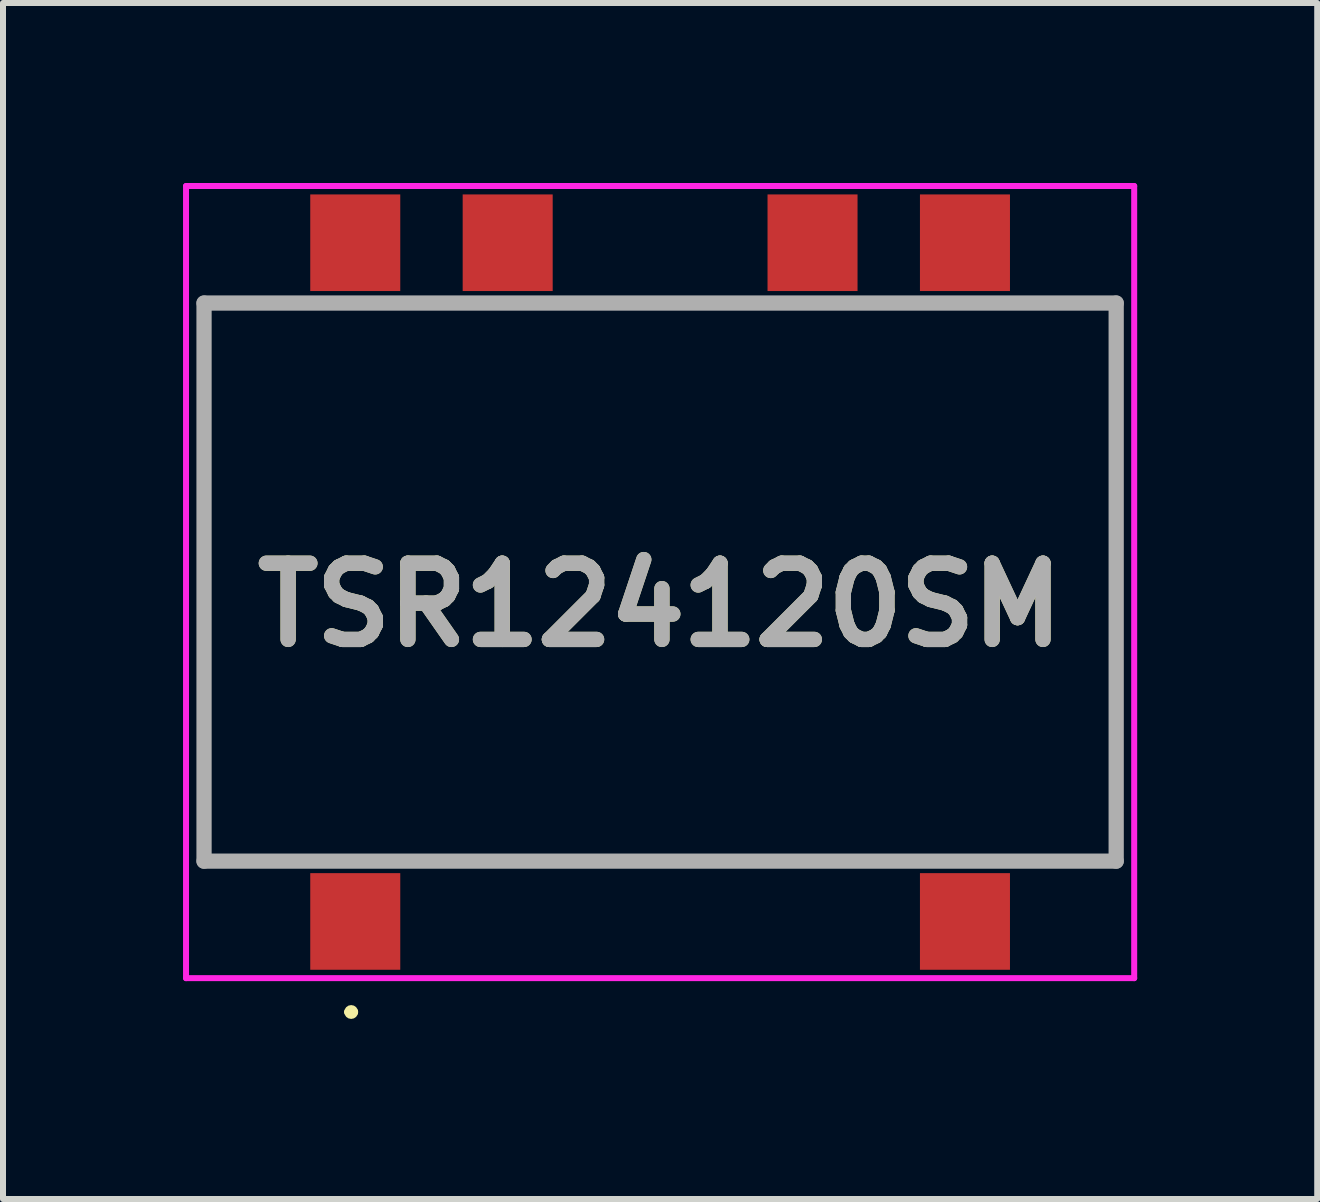
<source format=kicad_pcb>
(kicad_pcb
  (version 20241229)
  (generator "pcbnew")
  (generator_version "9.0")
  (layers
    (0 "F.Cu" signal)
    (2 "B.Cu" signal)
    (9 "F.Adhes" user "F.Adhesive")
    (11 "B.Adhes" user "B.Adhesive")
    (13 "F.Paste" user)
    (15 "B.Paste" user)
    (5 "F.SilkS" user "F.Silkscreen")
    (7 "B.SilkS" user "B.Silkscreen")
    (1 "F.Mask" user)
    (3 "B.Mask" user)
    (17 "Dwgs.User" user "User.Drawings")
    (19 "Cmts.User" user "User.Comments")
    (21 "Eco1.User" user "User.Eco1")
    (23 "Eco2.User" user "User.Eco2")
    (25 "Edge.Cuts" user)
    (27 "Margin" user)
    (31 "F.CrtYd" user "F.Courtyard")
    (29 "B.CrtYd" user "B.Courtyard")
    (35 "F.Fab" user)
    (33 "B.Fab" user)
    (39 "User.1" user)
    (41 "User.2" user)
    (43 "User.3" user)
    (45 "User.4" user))
  (footprint "TSR124120SM"
    (layer "F.Cu")
    (at 7.95 6.65)
    (property "Reference" "TSR124120SM" (at 0 0.381 0) (layer "F.SilkS") (effects (font (size 1.27 1.27) (thickness 0.254))))
    (attr smd)
    (fp_line (start -7.62 -4.65) (end 7.62 -4.65) (stroke (width 0.1) (type solid)) (layer "F.SilkS"))
    (fp_line (start -7.62 4.65) (end -7.62 -4.65) (stroke (width 0.1) (type solid)) (layer "F.SilkS"))
    (fp_line (start -5.206 7.164) (end -5.206 7.164) (stroke (width 0.115) (type solid)) (layer "F.SilkS"))
    (fp_line (start -5.09 7.164) (end -5.09 7.164) (stroke (width 0.115) (type solid)) (layer "F.SilkS"))
    (fp_line (start 7.62 -4.65) (end 7.62 4.65) (stroke (width 0.1) (type solid)) (layer "F.SilkS"))
    (fp_line (start 7.62 4.65) (end -7.62 4.65) (stroke (width 0.1) (type solid)) (layer "F.SilkS"))
    (fp_arc (start -5.206 7.164) (mid -5.148 7.106) (end -5.09 7.164) (stroke (width 0.11512) (type solid)) (layer "F.SilkS"))
    (fp_arc (start -5.09 7.164) (mid -5.148 7.222) (end -5.206 7.164) (stroke (width 0.11512) (type solid)) (layer "F.SilkS"))
    (fp_line (start -7.9 -6.6) (end 7.9 -6.6) (stroke (width 0.1) (type solid)) (layer "F.CrtYd"))
    (fp_line (start -7.9 6.6) (end -7.9 -6.6) (stroke (width 0.1) (type solid)) (layer "F.CrtYd"))
    (fp_line (start 7.9 -6.6) (end 7.9 6.6) (stroke (width 0.1) (type solid)) (layer "F.CrtYd"))
    (fp_line (start 7.9 6.6) (end -7.9 6.6) (stroke (width 0.1) (type solid)) (layer "F.CrtYd"))
    (fp_line (start -7.6 -4.65) (end 7.6 -4.65) (stroke (width 0.254) (type solid)) (layer "F.Fab"))
    (fp_line (start -7.6 4.65) (end -7.6 -4.65) (stroke (width 0.254) (type solid)) (layer "F.Fab"))
    (fp_line (start 7.6 -4.65) (end 7.6 4.65) (stroke (width 0.254) (type solid)) (layer "F.Fab"))
    (fp_line (start 7.6 4.65) (end -7.6 4.65) (stroke (width 0.254) (type solid)) (layer "F.Fab"))
    (fp_text user "${REFERENCE}" (at 0 0.381 0) (layer "F.Fab") (effects (font (size 1.27 1.27) (thickness 0.254))))
    (pad "1" smd rect (at -5.08 5.655) (size 1.5 1.61) (layers "F.Cu" "F.Mask" "F.Paste"))
    (pad "5" smd rect (at 5.08 5.655) (size 1.5 1.61) (layers "F.Cu" "F.Mask" "F.Paste"))
    (pad "6" smd rect (at 5.08 -5.655) (size 1.5 1.61) (layers "F.Cu" "F.Mask" "F.Paste"))
    (pad "7" smd rect (at 2.54 -5.655) (size 1.5 1.61) (layers "F.Cu" "F.Mask" "F.Paste"))
    (pad "9" smd rect (at -2.54 -5.655) (size 1.5 1.61) (layers "F.Cu" "F.Mask" "F.Paste"))
    (pad "10" smd rect (at -5.08 -5.655) (size 1.5 1.61) (layers "F.Cu" "F.Mask" "F.Paste")))
  (gr_rect
    (start -3 -3)
    (end 18.9 16.93)
    (stroke (width 0.1) (type default))
    (fill no)
    (layer "Edge.Cuts")))
</source>
